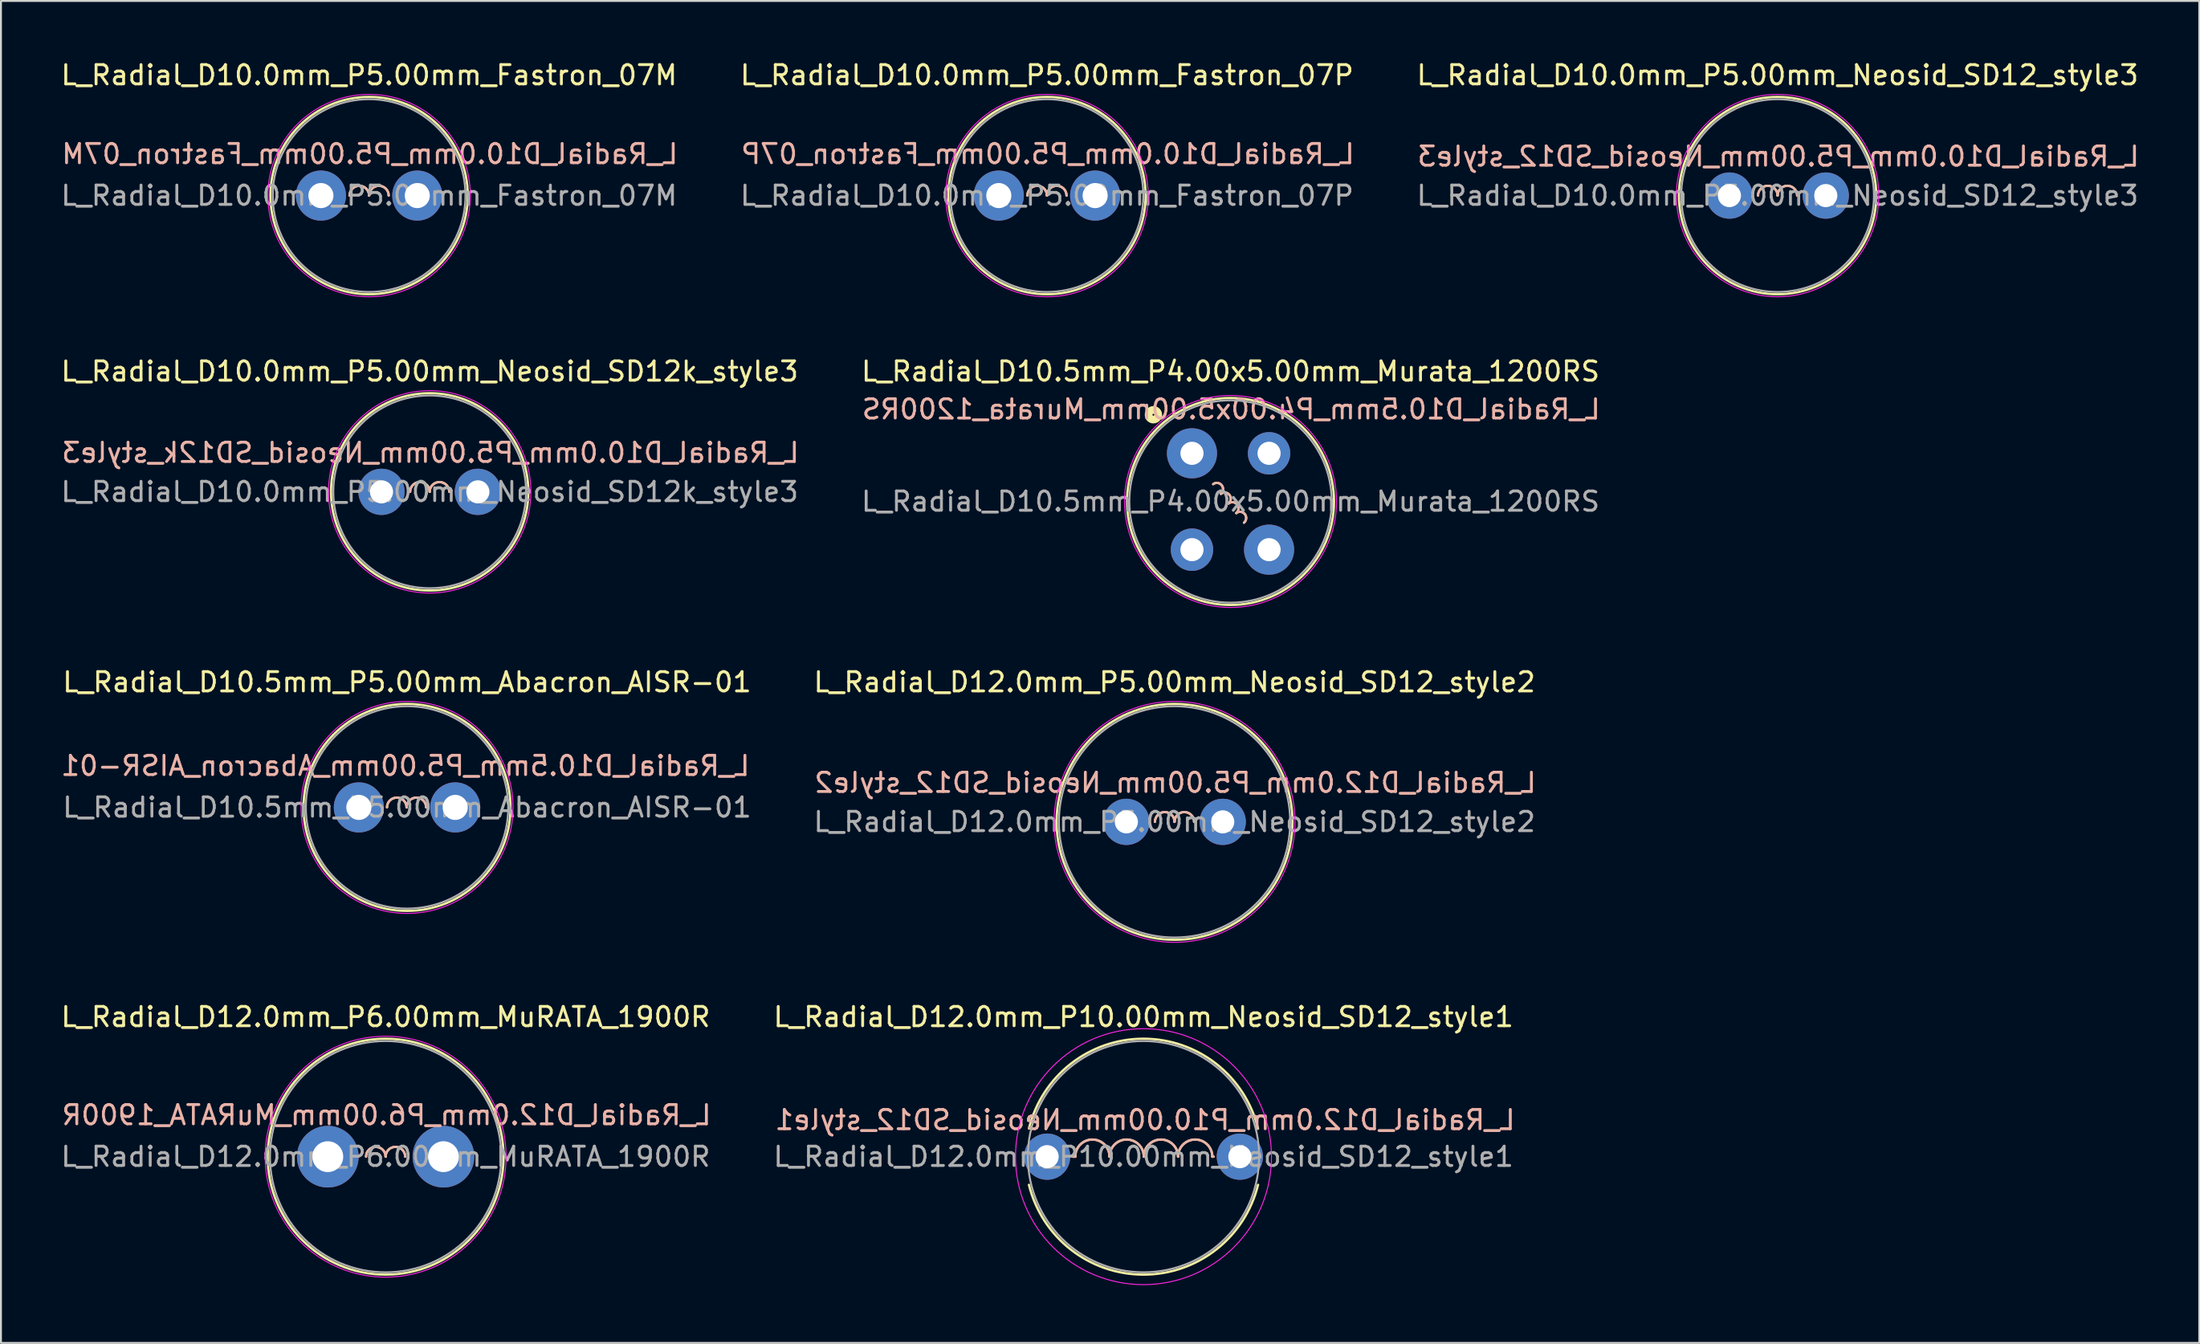
<source format=kicad_pcb>
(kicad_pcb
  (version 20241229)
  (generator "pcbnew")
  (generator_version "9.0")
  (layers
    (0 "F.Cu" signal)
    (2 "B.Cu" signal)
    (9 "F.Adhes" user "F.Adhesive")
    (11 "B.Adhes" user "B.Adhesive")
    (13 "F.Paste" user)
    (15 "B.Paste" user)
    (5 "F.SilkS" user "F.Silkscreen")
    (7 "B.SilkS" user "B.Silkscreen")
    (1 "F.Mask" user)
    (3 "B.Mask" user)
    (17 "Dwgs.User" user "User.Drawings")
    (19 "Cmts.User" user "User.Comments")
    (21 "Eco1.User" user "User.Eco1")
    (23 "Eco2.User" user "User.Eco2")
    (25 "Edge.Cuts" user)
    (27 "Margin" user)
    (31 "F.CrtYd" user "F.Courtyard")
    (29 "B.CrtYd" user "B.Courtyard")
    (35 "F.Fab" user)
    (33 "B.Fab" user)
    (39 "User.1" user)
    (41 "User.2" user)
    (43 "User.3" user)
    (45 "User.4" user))
  (footprint "L_Radial_D10.5mm_P4.00x5.00mm_Murata_1200RS"
    (layer "F.Cu")
    (at 58.796 20.471)
    (property "Reference" "L_Radial_D10.5mm_P4.00x5.00mm_Murata_1200RS" (at 2 -4.25 0) (layer "F.SilkS") (effects (font (size 1 1) (thickness 0.15))))
    (fp_arc (start 1.100001 1.600001) (mid 1.542308 1.656155) (end 1.5 2.1) (stroke (width 0.12) (type solid)) (layer "F.SilkS"))
    (fp_arc (start 1.500001 2.100001) (mid 1.942308 2.156155) (end 1.9 2.6) (stroke (width 0.12) (type solid)) (layer "F.SilkS"))
    (fp_arc (start 1.9 2.6) (mid 2.342307 2.656154) (end 2.299999 3.099999) (stroke (width 0.12) (type solid)) (layer "F.SilkS"))
    (fp_arc (start 2.299999 3.099999) (mid 2.742306 3.156153) (end 2.699998 3.599998) (stroke (width 0.12) (type solid)) (layer "F.SilkS"))
    (fp_circle (center -2 -2) (end -1.95 -2) (stroke (width 0.4) (type solid)) (fill no) (layer "F.SilkS"))
    (fp_circle (center 2 2.5) (end 7.37 2.5) (stroke (width 0.12) (type solid)) (fill no) (layer "F.SilkS"))
    (fp_arc (start 1.100001 1.600001) (mid 1.542266 1.656187) (end 1.5 2.099999) (stroke (width 0.12) (type solid)) (layer "B.SilkS"))
    (fp_arc (start 1.500001 2.100001) (mid 1.942266 2.156187) (end 1.9 2.599999) (stroke (width 0.12) (type solid)) (layer "B.SilkS"))
    (fp_arc (start 1.9 2.6) (mid 2.342265 2.656186) (end 2.299999 3.099998) (stroke (width 0.12) (type solid)) (layer "B.SilkS"))
    (fp_arc (start 2.299999 3.099999) (mid 2.742264 3.156185) (end 2.699998 3.599997) (stroke (width 0.12) (type solid)) (layer "B.SilkS"))
    (fp_circle (center 2 2.5) (end 7.5 2.5) (stroke (width 0.05) (type solid)) (fill no) (layer "F.CrtYd"))
    (fp_circle (center 2 2.5) (end 7.25 2.5) (stroke (width 0.1) (type solid)) (fill no) (layer "F.Fab"))
    (fp_text user "${REFERENCE}" (at 2.032 -2.286 0) (layer "B.SilkS") (effects (font (size 1 1) (thickness 0.15)) (justify mirror)))
    (fp_text user "${REFERENCE}" (at 2 2.5 0) (layer "F.Fab") (effects (font (size 1 1) (thickness 0.15))))
    (pad "" thru_hole circle (at 0 5) (size 2.2 2.2) (drill 1.2) (layers "*.Cu" "*.Mask"))
    (pad "" thru_hole circle (at 4 0) (size 2.2 2.2) (drill 1.2) (layers "*.Cu" "*.Mask"))
    (pad "1" thru_hole circle (at 0 0) (size 2.6 2.6) (drill 1.2) (layers "*.Cu" "*.Mask"))
    (pad "2" thru_hole circle (at 4 5) (size 2.6 2.6) (drill 1.2) (layers "*.Cu" "*.Mask")))
  (footprint "L_Radial_D10.0mm_P5.00mm_Neosid_SD12_style3"
    (layer "F.Cu")
    (at 86.681 7.098)
    (property "Reference" "L_Radial_D10.0mm_P5.00mm_Neosid_SD12_style3" (at 2.5 -6.25 0) (layer "F.SilkS") (effects (font (size 1 1) (thickness 0.15))))
    (fp_arc (start 1.484 0) (mid 1.992 -0.508) (end 2.5 0) (stroke (width 0.12) (type solid)) (layer "F.SilkS"))
    (fp_arc (start 2.5 0) (mid 3.008 -0.508) (end 3.516 0) (stroke (width 0.12) (type solid)) (layer "F.SilkS"))
    (fp_circle (center 2.5 0) (end 7.62 0) (stroke (width 0.12) (type solid)) (fill no) (layer "F.SilkS"))
    (fp_arc (start 1.484 0) (mid 1.992 -0.508) (end 2.5 0) (stroke (width 0.12) (type solid)) (layer "B.SilkS"))
    (fp_arc (start 2.5 0) (mid 3.008 -0.508) (end 3.516 0) (stroke (width 0.12) (type solid)) (layer "B.SilkS"))
    (fp_circle (center 2.5 0) (end 7.75 0) (stroke (width 0.05) (type solid)) (fill no) (layer "F.CrtYd"))
    (fp_circle (center 2.5 0) (end 7.5 0) (stroke (width 0.1) (type solid)) (fill no) (layer "F.Fab"))
    (fp_text user "${REFERENCE}" (at 2.54 -2.032 0) (layer "B.SilkS") (effects (font (size 1 1) (thickness 0.15)) (justify mirror)))
    (fp_text user "${REFERENCE}" (at 2.5 0 0) (layer "F.Fab") (effects (font (size 1 1) (thickness 0.15))))
    (pad "1" thru_hole circle (at 0 0) (size 2.4 2.4) (drill 1.2) (layers "*.Cu" "*.Mask"))
    (pad "2" thru_hole circle (at 5 0) (size 2.4 2.4) (drill 1.2) (layers "*.Cu" "*.Mask")))
  (footprint "L_Radial_D12.0mm_P6.00mm_MuRATA_1900R"
    (layer "F.Cu")
    (at 13.958 56.968)
    (property "Reference" "L_Radial_D12.0mm_P6.00mm_MuRATA_1900R" (at 3 -7.25 0) (layer "F.SilkS") (effects (font (size 1 1) (thickness 0.15))))
    (fp_arc (start 1.984 0) (mid 2.492 -0.508) (end 3 0) (stroke (width 0.12) (type solid)) (layer "F.SilkS"))
    (fp_arc (start 3 0) (mid 3.508 -0.508) (end 4.016 0) (stroke (width 0.12) (type solid)) (layer "F.SilkS"))
    (fp_circle (center 3 0) (end 9.12 0) (stroke (width 0.12) (type solid)) (fill no) (layer "F.SilkS"))
    (fp_arc (start 1.984 0) (mid 2.492 -0.508) (end 3 0) (stroke (width 0.12) (type solid)) (layer "B.SilkS"))
    (fp_arc (start 3 0) (mid 3.508 -0.508) (end 4.016 0) (stroke (width 0.12) (type solid)) (layer "B.SilkS"))
    (fp_circle (center 3 0) (end 9.25 0) (stroke (width 0.05) (type solid)) (fill no) (layer "F.CrtYd"))
    (fp_circle (center 3 0) (end 9 0) (stroke (width 0.1) (type solid)) (fill no) (layer "F.Fab"))
    (fp_text user "${REFERENCE}" (at 3.048 -2.159 0) (layer "B.SilkS") (effects (font (size 1 1) (thickness 0.15)) (justify mirror)))
    (fp_text user "${REFERENCE}" (at 3 0 0) (layer "F.Fab") (effects (font (size 1 1) (thickness 0.15))))
    (pad "1" thru_hole circle (at 0 0) (size 3.2 3.2) (drill 1.6) (layers "*.Cu" "*.Mask"))
    (pad "2" thru_hole circle (at 6 0) (size 3.2 3.2) (drill 1.6) (layers "*.Cu" "*.Mask")))
  (footprint "L_Radial_D10.0mm_P5.00mm_Fastron_07M"
    (layer "F.Cu")
    (at 13.601 7.098)
    (property "Reference" "L_Radial_D10.0mm_P5.00mm_Fastron_07M" (at 2.5 -6.25 0) (layer "F.SilkS") (effects (font (size 1 1) (thickness 0.15))))
    (fp_arc (start 1.484 0) (mid 1.992 -0.508) (end 2.5 0) (stroke (width 0.12) (type solid)) (layer "F.SilkS"))
    (fp_arc (start 2.5 0) (mid 3.008 -0.508) (end 3.516 0) (stroke (width 0.12) (type solid)) (layer "F.SilkS"))
    (fp_circle (center 2.5 0) (end 7.62 0) (stroke (width 0.12) (type solid)) (fill no) (layer "F.SilkS"))
    (fp_arc (start 1.484 0) (mid 1.992 -0.508) (end 2.5 0) (stroke (width 0.12) (type solid)) (layer "B.SilkS"))
    (fp_arc (start 2.5 0) (mid 3.008 -0.508) (end 3.516 0) (stroke (width 0.12) (type solid)) (layer "B.SilkS"))
    (fp_circle (center 2.5 0) (end 7.75 0) (stroke (width 0.05) (type solid)) (fill no) (layer "F.CrtYd"))
    (fp_circle (center 2.5 0) (end 7.5 0) (stroke (width 0.1) (type solid)) (fill no) (layer "F.Fab"))
    (fp_text user "${REFERENCE}" (at 2.54 -2.159 0) (layer "B.SilkS") (effects (font (size 1 1) (thickness 0.15)) (justify mirror)))
    (fp_text user "${REFERENCE}" (at 2.5 0 0) (layer "F.Fab") (effects (font (size 1 1) (thickness 0.15))))
    (pad "1" thru_hole circle (at 0 0) (size 2.6 2.6) (drill 1.3) (layers "*.Cu" "*.Mask"))
    (pad "2" thru_hole circle (at 5 0) (size 2.6 2.6) (drill 1.3) (layers "*.Cu" "*.Mask")))
  (footprint "L_Radial_D12.0mm_P5.00mm_Neosid_SD12_style2"
    (layer "F.Cu")
    (at 55.391 39.595)
    (property "Reference" "L_Radial_D12.0mm_P5.00mm_Neosid_SD12_style2" (at 2.5 -7.25 0) (layer "F.SilkS") (effects (font (size 1 1) (thickness 0.15))))
    (fp_arc (start 1.484 0) (mid 1.992 -0.508) (end 2.5 0) (stroke (width 0.12) (type solid)) (layer "F.SilkS"))
    (fp_arc (start 2.5 0) (mid 3.008 -0.508) (end 3.516 0) (stroke (width 0.12) (type solid)) (layer "F.SilkS"))
    (fp_circle (center 2.5 0) (end 8.62 0) (stroke (width 0.12) (type solid)) (fill no) (layer "F.SilkS"))
    (fp_arc (start 1.484 0) (mid 1.992 -0.508) (end 2.5 0) (stroke (width 0.12) (type solid)) (layer "B.SilkS"))
    (fp_arc (start 2.5 0) (mid 3.008 -0.508) (end 3.516 0) (stroke (width 0.12) (type solid)) (layer "B.SilkS"))
    (fp_circle (center 2.5 0) (end 8.75 0) (stroke (width 0.05) (type solid)) (fill no) (layer "F.CrtYd"))
    (fp_circle (center 2.5 0) (end 8.5 0) (stroke (width 0.1) (type solid)) (fill no) (layer "F.Fab"))
    (fp_text user "${REFERENCE}" (at 2.54 -2.032 0) (layer "B.SilkS") (effects (font (size 1 1) (thickness 0.15)) (justify mirror)))
    (fp_text user "${REFERENCE}" (at 2.5 0 0) (layer "F.Fab") (effects (font (size 1 1) (thickness 0.15))))
    (pad "1" thru_hole circle (at 0 0) (size 2.4 2.4) (drill 1.2) (layers "*.Cu" "*.Mask"))
    (pad "2" thru_hole circle (at 5 0) (size 2.4 2.4) (drill 1.2) (layers "*.Cu" "*.Mask")))
  (footprint "L_Radial_D10.0mm_P5.00mm_Fastron_07P"
    (layer "F.Cu")
    (at 48.772 7.098)
    (property "Reference" "L_Radial_D10.0mm_P5.00mm_Fastron_07P" (at 2.5 -6.25 0) (layer "F.SilkS") (effects (font (size 1 1) (thickness 0.15))))
    (fp_arc (start 1.484 0) (mid 1.992 -0.508) (end 2.5 0) (stroke (width 0.12) (type solid)) (layer "F.SilkS"))
    (fp_arc (start 2.5 0) (mid 3.008 -0.508) (end 3.516 0) (stroke (width 0.12) (type solid)) (layer "F.SilkS"))
    (fp_circle (center 2.5 0) (end 7.62 0) (stroke (width 0.12) (type solid)) (fill no) (layer "F.SilkS"))
    (fp_arc (start 1.484 0) (mid 1.992 -0.508) (end 2.5 0) (stroke (width 0.12) (type solid)) (layer "B.SilkS"))
    (fp_arc (start 2.5 0) (mid 3.008 -0.508) (end 3.516 0) (stroke (width 0.12) (type solid)) (layer "B.SilkS"))
    (fp_circle (center 2.5 0) (end 7.75 0) (stroke (width 0.05) (type solid)) (fill no) (layer "F.CrtYd"))
    (fp_circle (center 2.5 0) (end 7.5 0) (stroke (width 0.1) (type solid)) (fill no) (layer "F.Fab"))
    (fp_text user "${REFERENCE}" (at 2.54 -2.159 0) (layer "B.SilkS") (effects (font (size 1 1) (thickness 0.15)) (justify mirror)))
    (fp_text user "${REFERENCE}" (at 2.5 0 0) (layer "F.Fab") (effects (font (size 1 1) (thickness 0.15))))
    (pad "1" thru_hole circle (at 0 0) (size 2.6 2.6) (drill 1.3) (layers "*.Cu" "*.Mask"))
    (pad "2" thru_hole circle (at 5 0) (size 2.6 2.6) (drill 1.3) (layers "*.Cu" "*.Mask")))
  (footprint "L_Radial_D12.0mm_P10.00mm_Neosid_SD12_style1"
    (layer "F.Cu")
    (at 51.28 56.968)
    (property "Reference" "L_Radial_D12.0mm_P10.00mm_Neosid_SD12_style1" (at 5 -7.25 0) (layer "F.SilkS") (effects (font (size 1 1) (thickness 0.15))))
    (fp_line (start 1.46 0) (end 1.333 0) (stroke (width 0.12) (type solid)) (layer "F.SilkS"))
    (fp_line (start 8.572 0) (end 8.636 0) (stroke (width 0.12) (type solid)) (layer "F.SilkS"))
    (fp_arc (start -0.943299 -1.46) (mid 5 -6.12) (end 10.943299 -1.46) (stroke (width 0.12) (type solid)) (layer "F.SilkS"))
    (fp_arc (start 1.4605 0) (mid 2.3495 -0.889) (end 3.2385 0) (stroke (width 0.12) (type solid)) (layer "F.SilkS"))
    (fp_arc (start 3.2385 0) (mid 4.1275 -0.889) (end 5.0165 0) (stroke (width 0.12) (type solid)) (layer "F.SilkS"))
    (fp_arc (start 5.0165 0) (mid 5.9055 -0.889) (end 6.7945 0) (stroke (width 0.12) (type solid)) (layer "F.SilkS"))
    (fp_arc (start 6.7945 0) (mid 7.6835 -0.889) (end 8.5725 0) (stroke (width 0.12) (type solid)) (layer "F.SilkS"))
    (fp_arc (start 10.943299 1.46) (mid 5 6.12) (end -0.943299 1.46) (stroke (width 0.12) (type solid)) (layer "F.SilkS"))
    (fp_line (start 1.46 0) (end 1.333 0) (stroke (width 0.12) (type solid)) (layer "B.SilkS"))
    (fp_line (start 8.572 0) (end 8.636 0) (stroke (width 0.12) (type solid)) (layer "B.SilkS"))
    (fp_arc (start 1.4605 0) (mid 2.3495 -0.889) (end 3.2385 0) (stroke (width 0.12) (type solid)) (layer "B.SilkS"))
    (fp_arc (start 3.2385 0) (mid 4.1275 -0.889) (end 5.0165 0) (stroke (width 0.12) (type solid)) (layer "B.SilkS"))
    (fp_arc (start 5.0165 0) (mid 5.9055 -0.889) (end 6.7945 0) (stroke (width 0.12) (type solid)) (layer "B.SilkS"))
    (fp_arc (start 6.7945 0) (mid 7.6835 -0.889) (end 8.5725 0) (stroke (width 0.12) (type solid)) (layer "B.SilkS"))
    (fp_circle (center 5 0) (end 11.64 0) (stroke (width 0.05) (type solid)) (fill no) (layer "F.CrtYd"))
    (fp_circle (center 5 0) (end 11 0) (stroke (width 0.1) (type solid)) (fill no) (layer "F.Fab"))
    (fp_text user "${REFERENCE}" (at 5.08 -1.905 0) (layer "B.SilkS") (effects (font (size 1 1) (thickness 0.15)) (justify mirror)))
    (fp_text user "${REFERENCE}" (at 5 0 0) (layer "F.Fab") (effects (font (size 1 1) (thickness 0.15))))
    (pad "1" thru_hole circle (at 0 0) (size 2.4 2.4) (drill 1.2) (layers "*.Cu" "*.Mask"))
    (pad "2" thru_hole circle (at 10 0) (size 2.4 2.4) (drill 1.2) (layers "*.Cu" "*.Mask")))
  (footprint "L_Radial_D10.5mm_P5.00mm_Abacron_AISR-01"
    (layer "F.Cu")
    (at 15.569 38.845)
    (property "Reference" "L_Radial_D10.5mm_P5.00mm_Abacron_AISR-01" (at 2.5 -6.5 0) (layer "F.SilkS") (effects (font (size 1 1) (thickness 0.15))))
    (fp_arc (start 1.4605 0) (mid 1.9685 -0.508) (end 2.4765 0) (stroke (width 0.12) (type solid)) (layer "F.SilkS"))
    (fp_arc (start 2.4765 0) (mid 2.9845 -0.508) (end 3.4925 0) (stroke (width 0.12) (type solid)) (layer "F.SilkS"))
    (fp_circle (center 2.5 0) (end 7.87 0) (stroke (width 0.12) (type solid)) (fill no) (layer "F.SilkS"))
    (fp_arc (start 1.4605 0) (mid 1.9685 -0.508) (end 2.4765 0) (stroke (width 0.12) (type solid)) (layer "B.SilkS"))
    (fp_arc (start 2.4765 0) (mid 2.9845 -0.508) (end 3.4925 0) (stroke (width 0.12) (type solid)) (layer "B.SilkS"))
    (fp_circle (center 2.5 0) (end 8 0) (stroke (width 0.05) (type solid)) (fill no) (layer "F.CrtYd"))
    (fp_circle (center 2.5 0) (end 7.75 0) (stroke (width 0.1) (type solid)) (fill no) (layer "F.Fab"))
    (fp_text user "${REFERENCE}" (at 2.413 -2.159 0) (layer "B.SilkS") (effects (font (size 1 1) (thickness 0.15)) (justify mirror)))
    (fp_text user "${REFERENCE}" (at 2.5 0 0) (layer "F.Fab") (effects (font (size 1 1) (thickness 0.15))))
    (pad "1" thru_hole circle (at 0 0) (size 2.6 2.6) (drill 1.3) (layers "*.Cu" "*.Mask"))
    (pad "2" thru_hole circle (at 5 0) (size 2.6 2.6) (drill 1.3) (layers "*.Cu" "*.Mask")))
  (footprint "L_Radial_D10.0mm_P5.00mm_Neosid_SD12k_style3"
    (layer "F.Cu")
    (at 16.744 22.471)
    (property "Reference" "L_Radial_D10.0mm_P5.00mm_Neosid_SD12k_style3" (at 2.5 -6.25 0) (layer "F.SilkS") (effects (font (size 1 1) (thickness 0.15))))
    (fp_arc (start 1.484 0) (mid 1.992 -0.508) (end 2.5 0) (stroke (width 0.12) (type solid)) (layer "F.SilkS"))
    (fp_arc (start 2.5 0) (mid 3.008 -0.508) (end 3.516 0) (stroke (width 0.12) (type solid)) (layer "F.SilkS"))
    (fp_circle (center 2.5 0) (end 7.62 0) (stroke (width 0.12) (type solid)) (fill no) (layer "F.SilkS"))
    (fp_arc (start 1.484 0) (mid 1.992 -0.508) (end 2.5 0) (stroke (width 0.12) (type solid)) (layer "B.SilkS"))
    (fp_arc (start 2.5 0) (mid 3.008 -0.508) (end 3.516 0) (stroke (width 0.12) (type solid)) (layer "B.SilkS"))
    (fp_circle (center 2.5 0) (end 7.75 0) (stroke (width 0.05) (type solid)) (fill no) (layer "F.CrtYd"))
    (fp_circle (center 2.5 0) (end 7.5 0) (stroke (width 0.1) (type solid)) (fill no) (layer "F.Fab"))
    (fp_text user "${REFERENCE}" (at 2.54 -2.032 0) (layer "B.SilkS") (effects (font (size 1 1) (thickness 0.15)) (justify mirror)))
    (fp_text user "${REFERENCE}" (at 2.5 0 0) (layer "F.Fab") (effects (font (size 1 1) (thickness 0.15))))
    (pad "1" thru_hole circle (at 0 0) (size 2.4 2.4) (drill 1.2) (layers "*.Cu" "*.Mask"))
    (pad "2" thru_hole circle (at 5 0) (size 2.4 2.4) (drill 1.2) (layers "*.Cu" "*.Mask")))
  (gr_rect
    (start -3 -3)
    (end 111.06 66.633)
    (stroke (width 0.1) (type default))
    (fill no)
    (layer "Edge.Cuts")))
</source>
